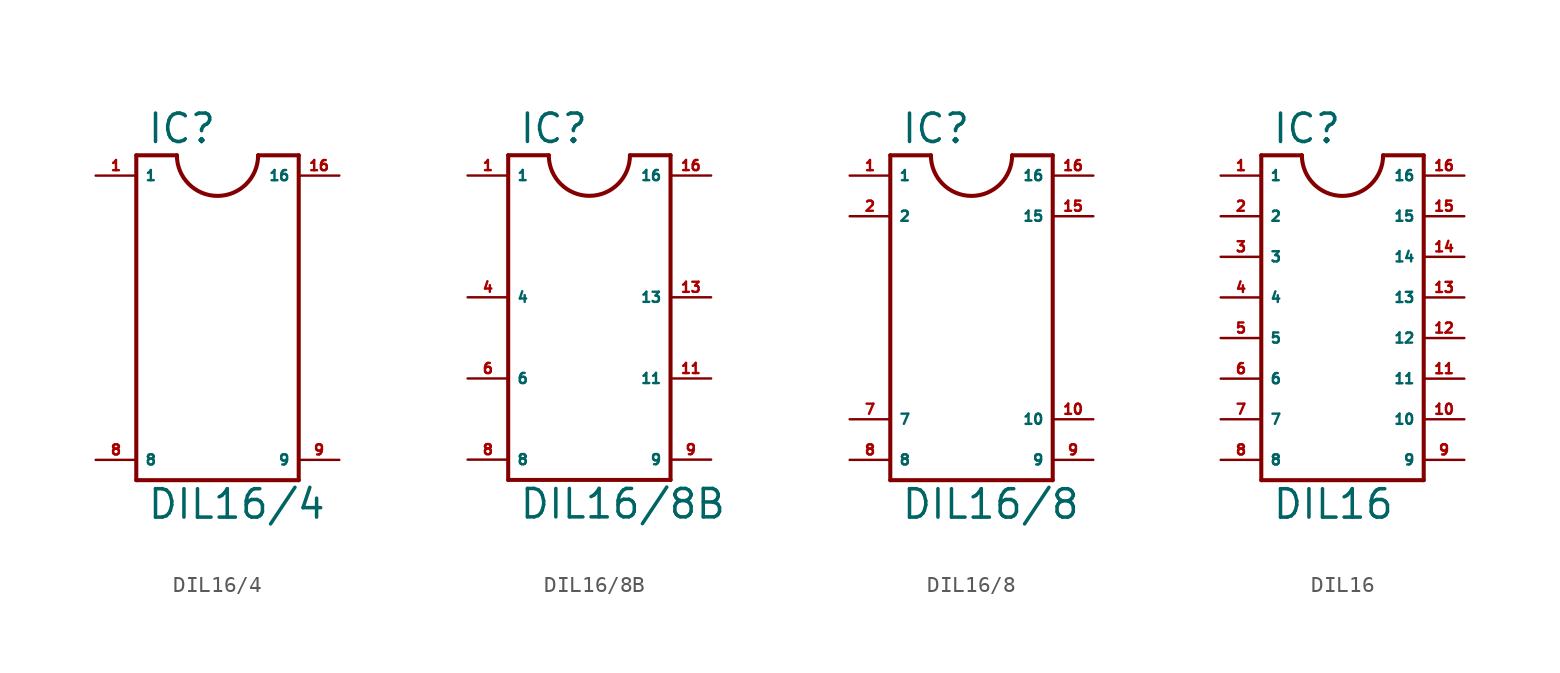
<source format=kicad_sym>
(kicad_symbol_lib
  (version 20220914)
  (generator Eagle2Kicad)
  (symbol "DIL16/4"
    (property "Reference" "IC"
      (at -4.445 9.525 0)
      (effects (font (size 1.778 1.778) (thickness 0.22)) (justify left bottom)))
    (property "Value" "DIL16/4"
      (at -4.445 -13.97 0)
      (effects (font (size 1.778 1.778) (thickness 0.22)) (justify left bottom)))
    (polyline
      (pts (xy -5.08 8.89) (xy -5.08 -11.43))
      (stroke (width 0.254) (type default))
      (fill (type none)))
    (polyline
      (pts (xy -5.08 -11.43) (xy 5.08 -11.43))
      (stroke (width 0.254) (type default))
      (fill (type none)))
    (polyline
      (pts (xy 5.08 -11.43) (xy 5.08 8.89))
      (stroke (width 0.254) (type default))
      (fill (type none)))
    (polyline
      (pts (xy 5.08 8.89) (xy 2.54 8.89))
      (stroke (width 0.254) (type default))
      (fill (type none)))
    (polyline
      (pts (xy -5.08 8.89) (xy -2.54 8.89))
      (stroke (width 0.254) (type default))
      (fill (type none)))
    (arc
      (start -2.54 8.89)
      (mid 0.000 6.350)
      (end 2.54 8.89)
      (stroke (width 0.254) (type default))
      (fill (type none)))
    (pin passive line
      (at -7.62 7.62 0)
      (length 2.54)
      (name "1" (effects (font (size 0.635 0.635) (thickness 0.08)) (justify left bottom)))
      (number "1" (effects (font (size 0.635 0.635) (thickness 0.08)) (justify left bottom))))
    (pin passive line
      (at -7.62 -10.16 0)
      (length 2.54)
      (name "8" (effects (font (size 0.635 0.635) (thickness 0.08)) (justify left bottom)))
      (number "8" (effects (font (size 0.635 0.635) (thickness 0.08)) (justify left bottom))))
    (pin passive line
      (at 7.62 -10.16 180)
      (length 2.54)
      (name "9" (effects (font (size 0.635 0.635) (thickness 0.08)) (justify left bottom)))
      (number "9" (effects (font (size 0.635 0.635) (thickness 0.08)) (justify left bottom))))
    (pin passive line
      (at 7.62 7.62 180)
      (length 2.54)
      (name "16" (effects (font (size 0.635 0.635) (thickness 0.08)) (justify left bottom)))
      (number "16" (effects (font (size 0.635 0.635) (thickness 0.08)) (justify left bottom)))))
  (symbol "DIL16/8B"
    (property "Reference" "IC"
      (at -4.445 9.525 0)
      (effects (font (size 1.778 1.778) (thickness 0.22)) (justify left bottom)))
    (property "Value" "DIL16/8B"
      (at -4.445 -13.97 0)
      (effects (font (size 1.778 1.778) (thickness 0.22)) (justify left bottom)))
    (polyline
      (pts (xy -5.08 8.89) (xy -5.08 -11.43))
      (stroke (width 0.254) (type default))
      (fill (type none)))
    (polyline
      (pts (xy -5.08 -11.43) (xy 5.08 -11.43))
      (stroke (width 0.254) (type default))
      (fill (type none)))
    (polyline
      (pts (xy 5.08 -11.43) (xy 5.08 8.89))
      (stroke (width 0.254) (type default))
      (fill (type none)))
    (polyline
      (pts (xy 5.08 8.89) (xy 2.54 8.89))
      (stroke (width 0.254) (type default))
      (fill (type none)))
    (polyline
      (pts (xy -5.08 8.89) (xy -2.54 8.89))
      (stroke (width 0.254) (type default))
      (fill (type none)))
    (arc
      (start -2.54 8.89)
      (mid 0.000 6.350)
      (end 2.54 8.89)
      (stroke (width 0.254) (type default))
      (fill (type none)))
    (pin passive line
      (at -7.62 7.62 0)
      (length 2.54)
      (name "1" (effects (font (size 0.635 0.635) (thickness 0.08)) (justify left bottom)))
      (number "1" (effects (font (size 0.635 0.635) (thickness 0.08)) (justify left bottom))))
    (pin passive line
      (at -7.62 0 0)
      (length 2.54)
      (name "4" (effects (font (size 0.635 0.635) (thickness 0.08)) (justify left bottom)))
      (number "4" (effects (font (size 0.635 0.635) (thickness 0.08)) (justify left bottom))))
    (pin passive line
      (at -7.62 -5.08 0)
      (length 2.54)
      (name "6" (effects (font (size 0.635 0.635) (thickness 0.08)) (justify left bottom)))
      (number "6" (effects (font (size 0.635 0.635) (thickness 0.08)) (justify left bottom))))
    (pin passive line
      (at -7.62 -10.16 0)
      (length 2.54)
      (name "8" (effects (font (size 0.635 0.635) (thickness 0.08)) (justify left bottom)))
      (number "8" (effects (font (size 0.635 0.635) (thickness 0.08)) (justify left bottom))))
    (pin passive line
      (at 7.62 -10.16 180)
      (length 2.54)
      (name "9" (effects (font (size 0.635 0.635) (thickness 0.08)) (justify left bottom)))
      (number "9" (effects (font (size 0.635 0.635) (thickness 0.08)) (justify left bottom))))
    (pin passive line
      (at 7.62 -5.08 180)
      (length 2.54)
      (name "11" (effects (font (size 0.635 0.635) (thickness 0.08)) (justify left bottom)))
      (number "11" (effects (font (size 0.635 0.635) (thickness 0.08)) (justify left bottom))))
    (pin passive line
      (at 7.62 0 180)
      (length 2.54)
      (name "13" (effects (font (size 0.635 0.635) (thickness 0.08)) (justify left bottom)))
      (number "13" (effects (font (size 0.635 0.635) (thickness 0.08)) (justify left bottom))))
    (pin passive line
      (at 7.62 7.62 180)
      (length 2.54)
      (name "16" (effects (font (size 0.635 0.635) (thickness 0.08)) (justify left bottom)))
      (number "16" (effects (font (size 0.635 0.635) (thickness 0.08)) (justify left bottom)))))
  (symbol "DIL16/8"
    (property "Reference" "IC"
      (at -4.445 9.525 0)
      (effects (font (size 1.778 1.778) (thickness 0.22)) (justify left bottom)))
    (property "Value" "DIL16/8"
      (at -4.445 -13.97 0)
      (effects (font (size 1.778 1.778) (thickness 0.22)) (justify left bottom)))
    (polyline
      (pts (xy -5.08 8.89) (xy -5.08 -11.43))
      (stroke (width 0.254) (type default))
      (fill (type none)))
    (polyline
      (pts (xy -5.08 -11.43) (xy 5.08 -11.43))
      (stroke (width 0.254) (type default))
      (fill (type none)))
    (polyline
      (pts (xy 5.08 -11.43) (xy 5.08 8.89))
      (stroke (width 0.254) (type default))
      (fill (type none)))
    (polyline
      (pts (xy 5.08 8.89) (xy 2.54 8.89))
      (stroke (width 0.254) (type default))
      (fill (type none)))
    (polyline
      (pts (xy -5.08 8.89) (xy -2.54 8.89))
      (stroke (width 0.254) (type default))
      (fill (type none)))
    (arc
      (start -2.54 8.89)
      (mid 0.000 6.350)
      (end 2.54 8.89)
      (stroke (width 0.254) (type default))
      (fill (type none)))
    (pin passive line
      (at -7.62 7.62 0)
      (length 2.54)
      (name "1" (effects (font (size 0.635 0.635) (thickness 0.08)) (justify left bottom)))
      (number "1" (effects (font (size 0.635 0.635) (thickness 0.08)) (justify left bottom))))
    (pin passive line
      (at -7.62 5.08 0)
      (length 2.54)
      (name "2" (effects (font (size 0.635 0.635) (thickness 0.08)) (justify left bottom)))
      (number "2" (effects (font (size 0.635 0.635) (thickness 0.08)) (justify left bottom))))
    (pin passive line
      (at -7.62 -7.62 0)
      (length 2.54)
      (name "7" (effects (font (size 0.635 0.635) (thickness 0.08)) (justify left bottom)))
      (number "7" (effects (font (size 0.635 0.635) (thickness 0.08)) (justify left bottom))))
    (pin passive line
      (at -7.62 -10.16 0)
      (length 2.54)
      (name "8" (effects (font (size 0.635 0.635) (thickness 0.08)) (justify left bottom)))
      (number "8" (effects (font (size 0.635 0.635) (thickness 0.08)) (justify left bottom))))
    (pin passive line
      (at 7.62 -10.16 180)
      (length 2.54)
      (name "9" (effects (font (size 0.635 0.635) (thickness 0.08)) (justify left bottom)))
      (number "9" (effects (font (size 0.635 0.635) (thickness 0.08)) (justify left bottom))))
    (pin passive line
      (at 7.62 -7.62 180)
      (length 2.54)
      (name "10" (effects (font (size 0.635 0.635) (thickness 0.08)) (justify left bottom)))
      (number "10" (effects (font (size 0.635 0.635) (thickness 0.08)) (justify left bottom))))
    (pin passive line
      (at 7.62 5.08 180)
      (length 2.54)
      (name "15" (effects (font (size 0.635 0.635) (thickness 0.08)) (justify left bottom)))
      (number "15" (effects (font (size 0.635 0.635) (thickness 0.08)) (justify left bottom))))
    (pin passive line
      (at 7.62 7.62 180)
      (length 2.54)
      (name "16" (effects (font (size 0.635 0.635) (thickness 0.08)) (justify left bottom)))
      (number "16" (effects (font (size 0.635 0.635) (thickness 0.08)) (justify left bottom)))))
  (symbol "DIL16"
    (property "Reference" "IC"
      (at -4.445 9.525 0)
      (effects (font (size 1.778 1.778) (thickness 0.22)) (justify left bottom)))
    (property "Value" "DIL16"
      (at -4.445 -13.97 0)
      (effects (font (size 1.778 1.778) (thickness 0.22)) (justify left bottom)))
    (polyline
      (pts (xy -5.08 8.89) (xy -5.08 -11.43))
      (stroke (width 0.254) (type default))
      (fill (type none)))
    (polyline
      (pts (xy -5.08 -11.43) (xy 5.08 -11.43))
      (stroke (width 0.254) (type default))
      (fill (type none)))
    (polyline
      (pts (xy 5.08 -11.43) (xy 5.08 8.89))
      (stroke (width 0.254) (type default))
      (fill (type none)))
    (polyline
      (pts (xy 5.08 8.89) (xy 2.54 8.89))
      (stroke (width 0.254) (type default))
      (fill (type none)))
    (polyline
      (pts (xy -5.08 8.89) (xy -2.54 8.89))
      (stroke (width 0.254) (type default))
      (fill (type none)))
    (arc
      (start -2.54 8.89)
      (mid 0.000 6.350)
      (end 2.54 8.89)
      (stroke (width 0.254) (type default))
      (fill (type none)))
    (pin passive line
      (at -7.62 7.62 0)
      (length 2.54)
      (name "1" (effects (font (size 0.635 0.635) (thickness 0.08)) (justify left bottom)))
      (number "1" (effects (font (size 0.635 0.635) (thickness 0.08)) (justify left bottom))))
    (pin passive line
      (at -7.62 5.08 0)
      (length 2.54)
      (name "2" (effects (font (size 0.635 0.635) (thickness 0.08)) (justify left bottom)))
      (number "2" (effects (font (size 0.635 0.635) (thickness 0.08)) (justify left bottom))))
    (pin passive line
      (at -7.62 2.54 0)
      (length 2.54)
      (name "3" (effects (font (size 0.635 0.635) (thickness 0.08)) (justify left bottom)))
      (number "3" (effects (font (size 0.635 0.635) (thickness 0.08)) (justify left bottom))))
    (pin passive line
      (at -7.62 0 0)
      (length 2.54)
      (name "4" (effects (font (size 0.635 0.635) (thickness 0.08)) (justify left bottom)))
      (number "4" (effects (font (size 0.635 0.635) (thickness 0.08)) (justify left bottom))))
    (pin passive line
      (at -7.62 -2.54 0)
      (length 2.54)
      (name "5" (effects (font (size 0.635 0.635) (thickness 0.08)) (justify left bottom)))
      (number "5" (effects (font (size 0.635 0.635) (thickness 0.08)) (justify left bottom))))
    (pin passive line
      (at -7.62 -5.08 0)
      (length 2.54)
      (name "6" (effects (font (size 0.635 0.635) (thickness 0.08)) (justify left bottom)))
      (number "6" (effects (font (size 0.635 0.635) (thickness 0.08)) (justify left bottom))))
    (pin passive line
      (at -7.62 -7.62 0)
      (length 2.54)
      (name "7" (effects (font (size 0.635 0.635) (thickness 0.08)) (justify left bottom)))
      (number "7" (effects (font (size 0.635 0.635) (thickness 0.08)) (justify left bottom))))
    (pin passive line
      (at -7.62 -10.16 0)
      (length 2.54)
      (name "8" (effects (font (size 0.635 0.635) (thickness 0.08)) (justify left bottom)))
      (number "8" (effects (font (size 0.635 0.635) (thickness 0.08)) (justify left bottom))))
    (pin passive line
      (at 7.62 -10.16 180)
      (length 2.54)
      (name "9" (effects (font (size 0.635 0.635) (thickness 0.08)) (justify left bottom)))
      (number "9" (effects (font (size 0.635 0.635) (thickness 0.08)) (justify left bottom))))
    (pin passive line
      (at 7.62 -7.62 180)
      (length 2.54)
      (name "10" (effects (font (size 0.635 0.635) (thickness 0.08)) (justify left bottom)))
      (number "10" (effects (font (size 0.635 0.635) (thickness 0.08)) (justify left bottom))))
    (pin passive line
      (at 7.62 -5.08 180)
      (length 2.54)
      (name "11" (effects (font (size 0.635 0.635) (thickness 0.08)) (justify left bottom)))
      (number "11" (effects (font (size 0.635 0.635) (thickness 0.08)) (justify left bottom))))
    (pin passive line
      (at 7.62 -2.54 180)
      (length 2.54)
      (name "12" (effects (font (size 0.635 0.635) (thickness 0.08)) (justify left bottom)))
      (number "12" (effects (font (size 0.635 0.635) (thickness 0.08)) (justify left bottom))))
    (pin passive line
      (at 7.62 0 180)
      (length 2.54)
      (name "13" (effects (font (size 0.635 0.635) (thickness 0.08)) (justify left bottom)))
      (number "13" (effects (font (size 0.635 0.635) (thickness 0.08)) (justify left bottom))))
    (pin passive line
      (at 7.62 2.54 180)
      (length 2.54)
      (name "14" (effects (font (size 0.635 0.635) (thickness 0.08)) (justify left bottom)))
      (number "14" (effects (font (size 0.635 0.635) (thickness 0.08)) (justify left bottom))))
    (pin passive line
      (at 7.62 5.08 180)
      (length 2.54)
      (name "15" (effects (font (size 0.635 0.635) (thickness 0.08)) (justify left bottom)))
      (number "15" (effects (font (size 0.635 0.635) (thickness 0.08)) (justify left bottom))))
    (pin passive line
      (at 7.62 7.62 180)
      (length 2.54)
      (name "16" (effects (font (size 0.635 0.635) (thickness 0.08)) (justify left bottom)))
      (number "16" (effects (font (size 0.635 0.635) (thickness 0.08)) (justify left bottom))))))
</source>
